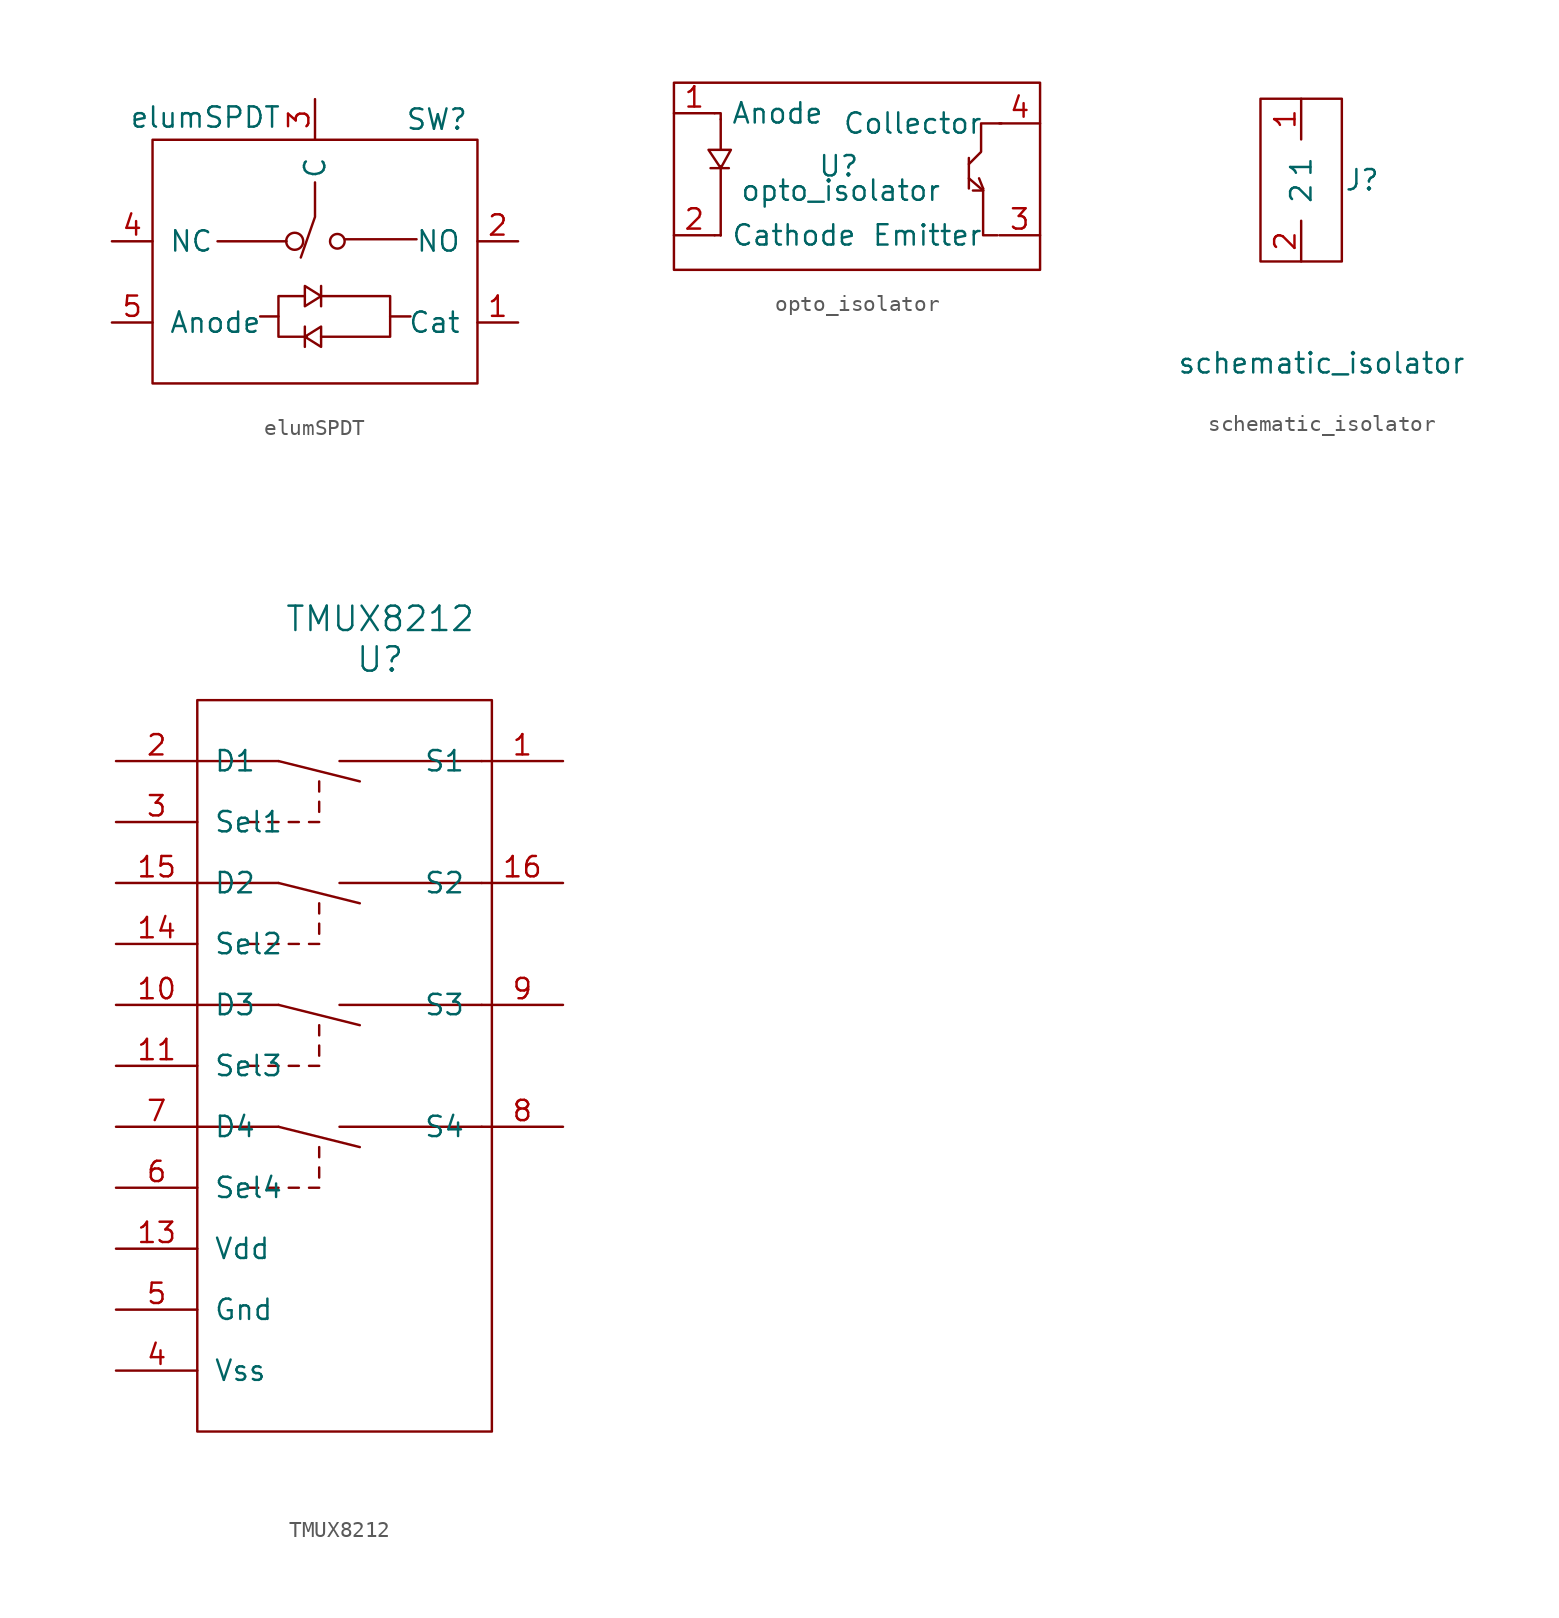
<source format=kicad_sym>
(kicad_symbol_lib
  (version 20211014)
  (generator kicad_symbol_editor)
  (symbol "elumSPDT"
    (pin_names
      (offset 1.016))
    (property "Reference" "SW"
      (at 7.62 1.27 0)
      (effects (font (size 1.27 1.27))))
    (property "Value" "elumSPDT"
      (at -6.858 1.397 0)
      (effects (font (size 1.27 1.27))))
    (symbol "elumSPDT_0_1"
      (rectangle (start -10.16 0) (end 10.16 -15.24) (stroke (width 0) (type default) (color 0 0 0 0)) (fill (type none)))
      (circle (center -1.27 -6.35) (radius 0.533) (stroke (width 0) (type default) (color 0 0 0 0)) (fill (type none)))
      (polyline (pts (xy -2.286 -11.049) (xy -3.429 -11.049)) (stroke (width 0) (type default) (color 0 0 0 0)) (fill (type none)))
      (polyline (pts (xy -1.778 -6.35) (xy -6.096 -6.35)) (stroke (width 0) (type default) (color 0 0 0 0)) (fill (type none)))
      (polyline (pts (xy 0.381 -9.144) (xy 0.381 -10.414)) (stroke (width 0) (type default) (color 0 0 0 0)) (fill (type none)))
      (polyline (pts (xy 1.905 -6.223) (xy 6.35 -6.223)) (stroke (width 0) (type default) (color 0 0 0 0)) (fill (type none)))
      (polyline (pts (xy 4.699 -11.049) (xy 5.969 -11.049)) (stroke (width 0) (type default) (color 0 0 0 0)) (fill (type none)))
      (polyline (pts (xy 0 -2.667) (xy 0 -4.826) (xy -0.889 -7.366)) (stroke (width 0) (type default) (color 0 0 0 0)) (fill (type none)))
      (polyline (pts (xy -0.635 -9.779) (xy -2.286 -9.779) (xy -2.286 -12.319) (xy -0.508 -12.319)) (stroke (width 0) (type default) (color 0 0 0 0)) (fill (type none)))
      (polyline (pts (xy -0.635 -9.144) (xy -0.635 -10.414) (xy 0.381 -9.779) (xy -0.635 -9.144)) (stroke (width 0) (type default) (color 0 0 0 0)) (fill (type none)))
      (polyline (pts (xy 0.381 -9.779) (xy 4.699 -9.779) (xy 4.699 -12.319) (xy 0.381 -12.319)) (stroke (width 0) (type default) (color 0 0 0 0)) (fill (type none)))
      (circle (center 1.397 -6.35) (radius 0.457) (stroke (width 0) (type default) (color 0 0 0 0)) (fill (type none))))
    (symbol "elumSPDT_1_1"
      (polyline (pts (xy -0.635 -12.954) (xy -0.635 -11.684)) (stroke (width 0) (type default) (color 0 0 0 0)) (fill (type none)))
      (polyline (pts (xy 0.381 -12.954) (xy 0.381 -11.684) (xy -0.635 -12.319) (xy 0.381 -12.954)) (stroke (width 0) (type default) (color 0 0 0 0)) (fill (type none)))
      (pin input line (at 12.7 -11.43 180) (length 2.54) (name "Cat" (effects (font (size 1.27 1.27)))) (number "1" (effects (font (size 1.27 1.27)))))
      (pin input line (at 12.7 -6.35 180) (length 2.54) (name "NO" (effects (font (size 1.27 1.27)))) (number "2" (effects (font (size 1.27 1.27)))))
      (pin input line (at 0 2.54 270) (length 2.54) (name "C" (effects (font (size 1.27 1.27)))) (number "3" (effects (font (size 1.27 1.27)))))
      (pin input line (at -12.7 -6.35 0) (length 2.54) (name "NC" (effects (font (size 1.27 1.27)))) (number "4" (effects (font (size 1.27 1.27)))))
      (pin input line (at -12.7 -11.43 0) (length 2.54) (name "Anode" (effects (font (size 1.27 1.27)))) (number "5" (effects (font (size 1.27 1.27)))))))
  (symbol "opto_isolator"
    (pin_names
      (offset 1.016))
    (property "Reference" "U"
      (at 0.762 -5.207 0)
      (effects (font (size 1.27 1.27))))
    (property "Value" "opto_isolator"
      (at 0.889 -6.731 0)
      (effects (font (size 1.27 1.27))))
    (symbol "opto_isolator_0_1"
      (rectangle (start -9.525 0) (end 13.335 -11.684) (stroke (width 0) (type default) (color 0 0 0 0)) (fill (type none)))
      (polyline (pts (xy -7.239 -5.334) (xy -6.096 -5.334)) (stroke (width 0) (type default) (color 0 0 0 0)) (fill (type none)))
      (polyline (pts (xy -6.985 -9.525) (xy -6.604 -9.525)) (stroke (width 0) (type default) (color 0 0 0 0)) (fill (type none)))
      (polyline (pts (xy -6.604 -9.525) (xy -6.604 -9.525)) (stroke (width 0) (type default) (color 0 0 0 0)) (fill (type none)))
      (polyline (pts (xy -6.604 -5.207) (xy -6.604 -9.525)) (stroke (width 0) (type default) (color 0 0 0 0)) (fill (type none)))
      (polyline (pts (xy -6.604 -2.286) (xy -6.604 -4.191)) (stroke (width 0) (type default) (color 0 0 0 0)) (fill (type none)))
      (polyline (pts (xy 8.89 -5.969) (xy 9.779 -6.731)) (stroke (width 0) (type default) (color 0 0 0 0)) (fill (type none)))
      (polyline (pts (xy 8.89 -4.699) (xy 8.89 -6.604)) (stroke (width 0) (type default) (color 0 0 0 0)) (fill (type none)))
      (polyline (pts (xy 9.779 -6.731) (xy 9.144 -6.731)) (stroke (width 0) (type default) (color 0 0 0 0)) (fill (type none)))
      (polyline (pts (xy 9.779 -6.604) (xy 9.525 -5.969)) (stroke (width 0) (type default) (color 0 0 0 0)) (fill (type none)))
      (polyline (pts (xy -6.985 -1.905) (xy -6.604 -1.905) (xy -6.604 -2.286)) (stroke (width 0) (type default) (color 0 0 0 0)) (fill (type none)))
      (polyline (pts (xy 9.779 -6.604) (xy 9.779 -9.525) (xy 10.668 -9.525)) (stroke (width 0) (type default) (color 0 0 0 0)) (fill (type none)))
      (polyline (pts (xy -7.366 -4.191) (xy -5.969 -4.191) (xy -6.604 -5.334) (xy -7.366 -4.191)) (stroke (width 0) (type default) (color 0 0 0 0)) (fill (type none)))
      (polyline (pts (xy 8.89 -5.08) (xy 9.652 -4.318) (xy 9.652 -2.54) (xy 10.922 -2.54)) (stroke (width 0) (type default) (color 0 0 0 0)) (fill (type none))))
    (symbol "opto_isolator_1_1"
      (pin input line (at -9.525 -1.905 0) (length 2.54) (name "Anode" (effects (font (size 1.27 1.27)))) (number "1" (effects (font (size 1.27 1.27)))))
      (pin input line (at -9.525 -9.525 0) (length 2.54) (name "Cathode" (effects (font (size 1.27 1.27)))) (number "2" (effects (font (size 1.27 1.27)))))
      (pin input line (at 13.335 -9.525 180) (length 2.54) (name "Emitter" (effects (font (size 1.27 1.27)))) (number "3" (effects (font (size 1.27 1.27)))))
      (pin input line (at 13.335 -2.54 180) (length 2.54) (name "Collector" (effects (font (size 1.27 1.27)))) (number "4" (effects (font (size 1.27 1.27)))))))
  (symbol "schematic_isolator"
    (pin_names
      (offset 1.016))
    (property "Reference" "J"
      (at 3.81 1.27 0)
      (effects (font (size 1.27 1.27))))
    (property "Value" "schematic_isolator"
      (at 1.27 -10.16 0)
      (effects (font (size 1.27 1.27))))
    (symbol "schematic_isolator_0_1"
      (rectangle (start -2.54 6.35) (end 2.54 -3.81) (stroke (width 0) (type default) (color 0 0 0 0)) (fill (type none))))
    (symbol "schematic_isolator_1_1"
      (pin input line (at 0 6.35 270) (length 2.54) (name "1" (effects (font (size 1.27 1.27)))) (number "1" (effects (font (size 1.27 1.27)))))
      (pin input line (at 0 -3.81 90) (length 2.54) (name "2" (effects (font (size 1.27 1.27)))) (number "2" (effects (font (size 1.27 1.27)))))))
  (symbol "TMUX8212"
    (pin_names
      (offset 1.016))
    (property "Reference" "U"
      (at 0 6.35 0)
      (effects (font (size 1.524 1.524))))
    (property "Value" "TMUX8212"
      (at 0 8.89 0)
      (effects (font (size 1.524 1.524))))
    (symbol "TMUX8212_0_1"
      (rectangle (start -11.43 -41.91) (end 6.985 3.81) (stroke (width 0) (type default) (color 0 0 0 0)) (fill (type none)))
      (polyline (pts (xy -11.43 -22.86) (xy -6.35 -22.86)) (stroke (width 0) (type default) (color 0 0 0 0)) (fill (type none)))
      (polyline (pts (xy -11.43 -15.24) (xy -6.35 -15.24)) (stroke (width 0) (type default) (color 0 0 0 0)) (fill (type none)))
      (polyline (pts (xy -11.43 -7.62) (xy -6.35 -7.62)) (stroke (width 0) (type default) (color 0 0 0 0)) (fill (type none)))
      (polyline (pts (xy -11.43 0) (xy -6.35 0)) (stroke (width 0) (type default) (color 0 0 0 0)) (fill (type none)))
      (polyline (pts (xy -8.255 -26.67) (xy -7.62 -26.67)) (stroke (width 0) (type default) (color 0 0 0 0)) (fill (type none)))
      (polyline (pts (xy -8.255 -19.05) (xy -7.62 -19.05)) (stroke (width 0) (type default) (color 0 0 0 0)) (fill (type none)))
      (polyline (pts (xy -8.255 -11.43) (xy -7.62 -11.43)) (stroke (width 0) (type default) (color 0 0 0 0)) (fill (type none)))
      (polyline (pts (xy -8.255 -3.81) (xy -7.62 -3.81)) (stroke (width 0) (type default) (color 0 0 0 0)) (fill (type none)))
      (polyline (pts (xy -6.985 -26.67) (xy -6.35 -26.67)) (stroke (width 0) (type default) (color 0 0 0 0)) (fill (type none)))
      (polyline (pts (xy -6.985 -19.05) (xy -6.35 -19.05)) (stroke (width 0) (type default) (color 0 0 0 0)) (fill (type none)))
      (polyline (pts (xy -6.985 -11.43) (xy -6.35 -11.43)) (stroke (width 0) (type default) (color 0 0 0 0)) (fill (type none)))
      (polyline (pts (xy -6.985 -3.81) (xy -6.35 -3.81)) (stroke (width 0) (type default) (color 0 0 0 0)) (fill (type none)))
      (polyline (pts (xy -6.35 -22.86) (xy -1.27 -24.13)) (stroke (width 0) (type default) (color 0 0 0 0)) (fill (type none)))
      (polyline (pts (xy -6.35 -15.24) (xy -1.27 -16.51)) (stroke (width 0) (type default) (color 0 0 0 0)) (fill (type none)))
      (polyline (pts (xy -6.35 -7.62) (xy -1.27 -8.89)) (stroke (width 0) (type default) (color 0 0 0 0)) (fill (type none)))
      (polyline (pts (xy -6.35 0) (xy -1.27 -1.27)) (stroke (width 0) (type default) (color 0 0 0 0)) (fill (type none)))
      (polyline (pts (xy -5.715 -26.67) (xy -5.08 -26.67)) (stroke (width 0) (type default) (color 0 0 0 0)) (fill (type none)))
      (polyline (pts (xy -5.715 -19.05) (xy -5.08 -19.05)) (stroke (width 0) (type default) (color 0 0 0 0)) (fill (type none)))
      (polyline (pts (xy -5.715 -11.43) (xy -5.08 -11.43)) (stroke (width 0) (type default) (color 0 0 0 0)) (fill (type none)))
      (polyline (pts (xy -5.715 -3.81) (xy -5.08 -3.81)) (stroke (width 0) (type default) (color 0 0 0 0)) (fill (type none)))
      (polyline (pts (xy -4.445 -26.67) (xy -3.81 -26.67)) (stroke (width 0) (type default) (color 0 0 0 0)) (fill (type none)))
      (polyline (pts (xy -4.445 -19.05) (xy -3.81 -19.05)) (stroke (width 0) (type default) (color 0 0 0 0)) (fill (type none)))
      (polyline (pts (xy -4.445 -11.43) (xy -3.81 -11.43)) (stroke (width 0) (type default) (color 0 0 0 0)) (fill (type none)))
      (polyline (pts (xy -4.445 -3.81) (xy -3.81 -3.81)) (stroke (width 0) (type default) (color 0 0 0 0)) (fill (type none)))
      (polyline (pts (xy -3.81 -26.035) (xy -3.81 -25.4)) (stroke (width 0) (type default) (color 0 0 0 0)) (fill (type none)))
      (polyline (pts (xy -3.81 -24.765) (xy -3.81 -24.13)) (stroke (width 0) (type default) (color 0 0 0 0)) (fill (type none)))
      (polyline (pts (xy -3.81 -18.415) (xy -3.81 -17.78)) (stroke (width 0) (type default) (color 0 0 0 0)) (fill (type none)))
      (polyline (pts (xy -3.81 -17.145) (xy -3.81 -16.51)) (stroke (width 0) (type default) (color 0 0 0 0)) (fill (type none)))
      (polyline (pts (xy -3.81 -10.795) (xy -3.81 -10.16)) (stroke (width 0) (type default) (color 0 0 0 0)) (fill (type none)))
      (polyline (pts (xy -3.81 -9.525) (xy -3.81 -8.89)) (stroke (width 0) (type default) (color 0 0 0 0)) (fill (type none)))
      (polyline (pts (xy -3.81 -3.175) (xy -3.81 -2.54)) (stroke (width 0) (type default) (color 0 0 0 0)) (fill (type none)))
      (polyline (pts (xy -3.81 -1.905) (xy -3.81 -1.27)) (stroke (width 0) (type default) (color 0 0 0 0)) (fill (type none)))
      (polyline (pts (xy -2.54 -22.86) (xy -1.27 -22.86) (xy 6.35 -22.86)) (stroke (width 0) (type default) (color 0 0 0 0)) (fill (type none)))
      (polyline (pts (xy -2.54 -15.24) (xy -1.27 -15.24) (xy 6.35 -15.24)) (stroke (width 0) (type default) (color 0 0 0 0)) (fill (type none)))
      (polyline (pts (xy -2.54 -7.62) (xy -1.27 -7.62) (xy 6.35 -7.62)) (stroke (width 0) (type default) (color 0 0 0 0)) (fill (type none)))
      (polyline (pts (xy -2.54 0) (xy -1.27 0) (xy 6.35 0)) (stroke (width 0) (type default) (color 0 0 0 0)) (fill (type none))))
    (symbol "TMUX8212_1_1"
      (pin bidirectional line (at 11.43 0 180) (length 5.08) (name "S1" (effects (font (size 1.27 1.27)))) (number "1" (effects (font (size 1.27 1.27)))))
      (pin bidirectional line (at -16.51 -15.24 0) (length 5.08) (name "D3" (effects (font (size 1.27 1.27)))) (number "10" (effects (font (size 1.27 1.27)))))
      (pin input line (at -16.51 -19.05 0) (length 5.08) (name "Sel3" (effects (font (size 1.27 1.27)))) (number "11" (effects (font (size 1.27 1.27)))))
      (pin power_in line (at -16.51 -30.48 0) (length 5.08) (name "Vdd" (effects (font (size 1.27 1.27)))) (number "13" (effects (font (size 1.27 1.27)))))
      (pin input line (at -16.51 -11.43 0) (length 5.08) (name "Sel2" (effects (font (size 1.27 1.27)))) (number "14" (effects (font (size 1.27 1.27)))))
      (pin bidirectional line (at -16.51 -7.62 0) (length 5.08) (name "D2" (effects (font (size 1.27 1.27)))) (number "15" (effects (font (size 1.27 1.27)))))
      (pin bidirectional line (at 11.43 -7.62 180) (length 5.08) (name "S2" (effects (font (size 1.27 1.27)))) (number "16" (effects (font (size 1.27 1.27)))))
      (pin bidirectional line (at -16.51 0 0) (length 5.08) (name "D1" (effects (font (size 1.27 1.27)))) (number "2" (effects (font (size 1.27 1.27)))))
      (pin input line (at -16.51 -3.81 0) (length 5.08) (name "Sel1" (effects (font (size 1.27 1.27)))) (number "3" (effects (font (size 1.27 1.27)))))
      (pin power_in line (at -16.51 -38.1 0) (length 5.08) (name "Vss" (effects (font (size 1.27 1.27)))) (number "4" (effects (font (size 1.27 1.27)))))
      (pin input line (at -16.51 -34.29 0) (length 5.08) (name "Gnd" (effects (font (size 1.27 1.27)))) (number "5" (effects (font (size 1.27 1.27)))))
      (pin input line (at -16.51 -26.67 0) (length 5.08) (name "Sel4" (effects (font (size 1.27 1.27)))) (number "6" (effects (font (size 1.27 1.27)))))
      (pin bidirectional line (at -16.51 -22.86 0) (length 5.08) (name "D4" (effects (font (size 1.27 1.27)))) (number "7" (effects (font (size 1.27 1.27)))))
      (pin bidirectional line (at 11.43 -22.86 180) (length 5.08) (name "S4" (effects (font (size 1.27 1.27)))) (number "8" (effects (font (size 1.27 1.27)))))
      (pin bidirectional line (at 11.43 -15.24 180) (length 5.08) (name "S3" (effects (font (size 1.27 1.27)))) (number "9" (effects (font (size 1.27 1.27))))))))
</source>
